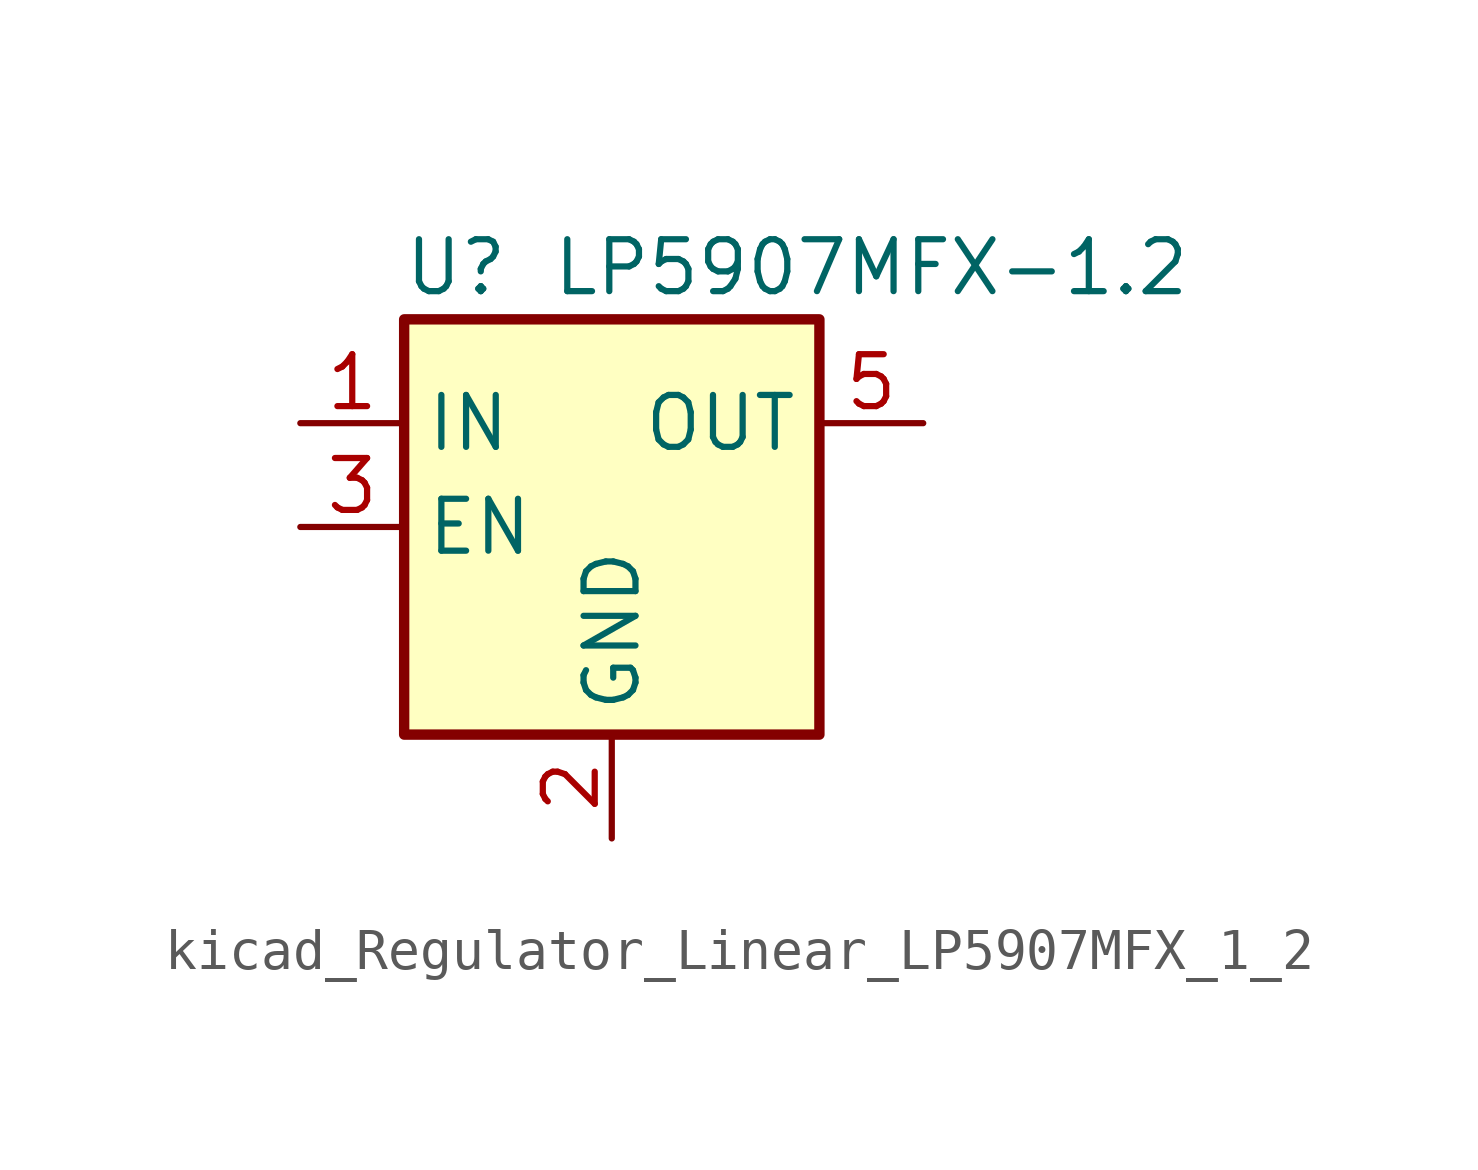
<source format=kicad_sym>
(kicad_symbol_lib
  (version 20220914)
  (generator kicad_symbol_editor)
  (symbol "kicad_Regulator_Linear_LP5907MFX_1_2"
    (property "Reference" "U"
      (at -3.81 6.35 0)
      (effects (font (size 1.27 1.27))))
    (property "Value" "LP5907MFX-1.2"
      (at 6.35 6.35 0)
      (effects (font (size 1.27 1.27))))
    (symbol "kicad_Regulator_Linear_LP5907MFX_1_2_0_1"
      (rectangle (start -5.08 -5.08) (end 5.08 5.08) (stroke (width 0.254) (type default)) (fill (type background)))
      (pin power_in line (at -7.62 2.54 0) (length 2.54) (name "IN" (effects (font (size 1.27 1.27)))) (number "1" (effects (font (size 1.27 1.27)))))
      (pin power_in line (at 0 -7.62 90) (length 2.54) (name "GND" (effects (font (size 1.27 1.27)))) (number "2" (effects (font (size 1.27 1.27)))))
      (pin input line (at -7.62 0 0) (length 2.54) (name "EN" (effects (font (size 1.27 1.27)))) (number "3" (effects (font (size 1.27 1.27)))))
      (pin no_connect line (at 5.08 0 180) (length 2.54) hide (name "NC" (effects (font (size 1.27 1.27)))) (number "4" (effects (font (size 1.27 1.27)))))
      (pin power_out line (at 7.62 2.54 180) (length 2.54) (name "OUT" (effects (font (size 1.27 1.27)))) (number "5" (effects (font (size 1.27 1.27))))))))
</source>
